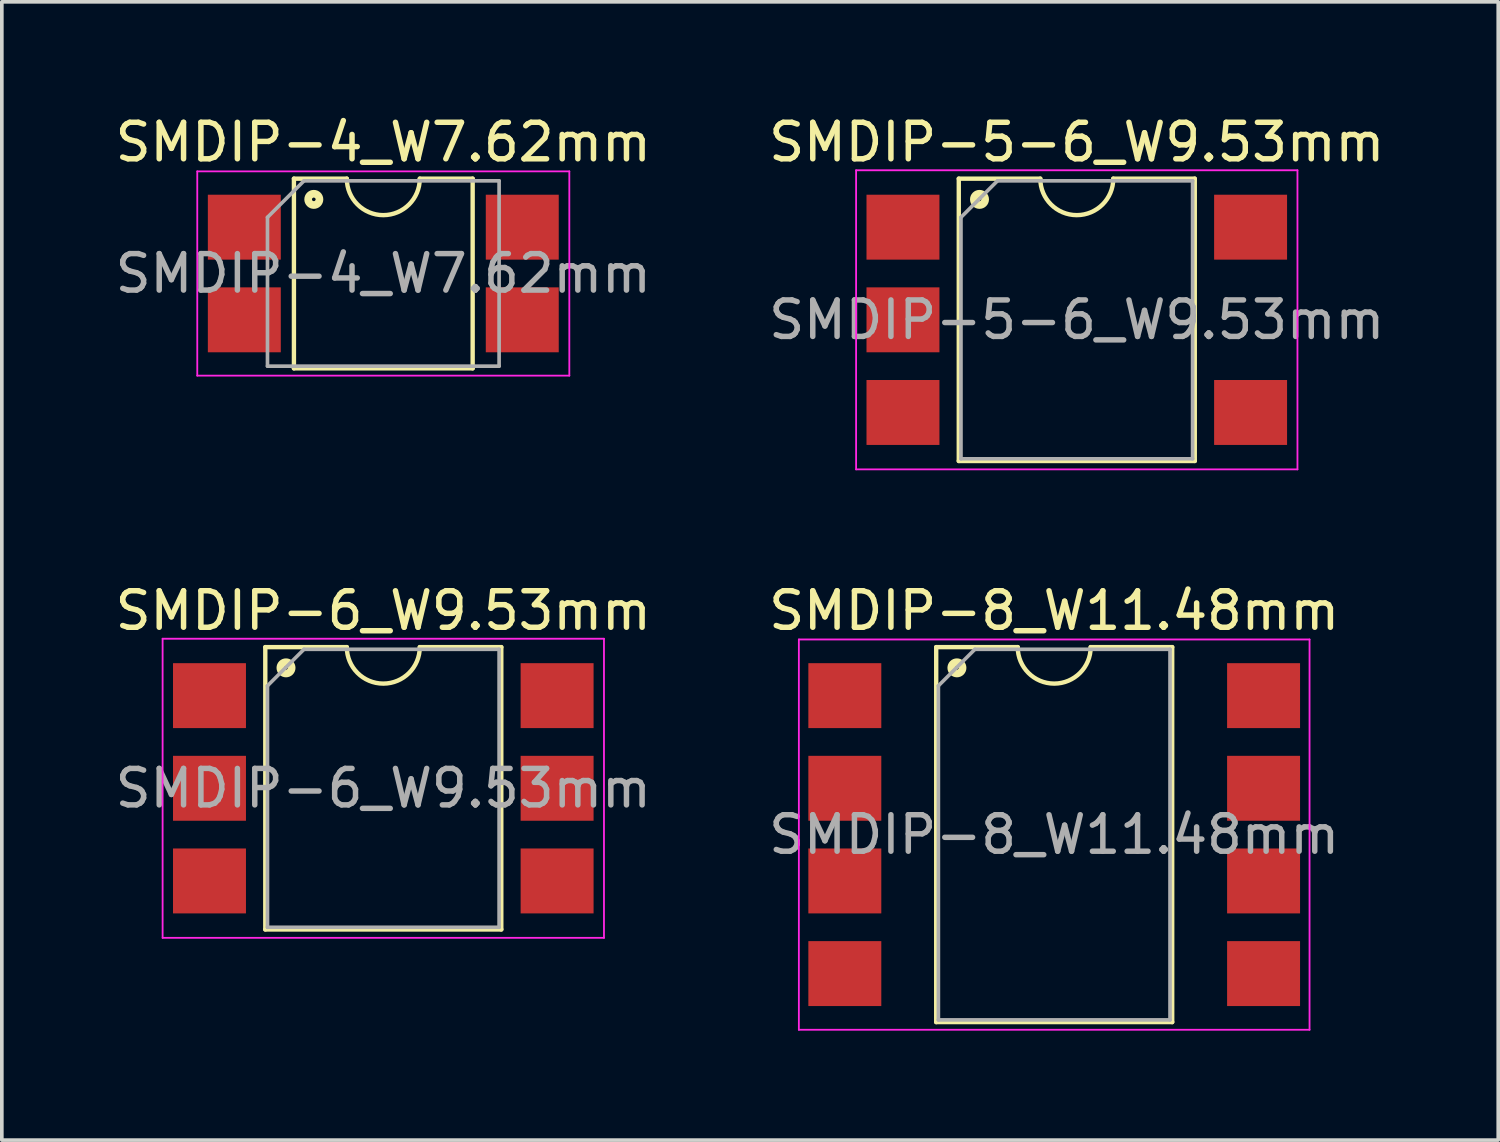
<source format=kicad_pcb>
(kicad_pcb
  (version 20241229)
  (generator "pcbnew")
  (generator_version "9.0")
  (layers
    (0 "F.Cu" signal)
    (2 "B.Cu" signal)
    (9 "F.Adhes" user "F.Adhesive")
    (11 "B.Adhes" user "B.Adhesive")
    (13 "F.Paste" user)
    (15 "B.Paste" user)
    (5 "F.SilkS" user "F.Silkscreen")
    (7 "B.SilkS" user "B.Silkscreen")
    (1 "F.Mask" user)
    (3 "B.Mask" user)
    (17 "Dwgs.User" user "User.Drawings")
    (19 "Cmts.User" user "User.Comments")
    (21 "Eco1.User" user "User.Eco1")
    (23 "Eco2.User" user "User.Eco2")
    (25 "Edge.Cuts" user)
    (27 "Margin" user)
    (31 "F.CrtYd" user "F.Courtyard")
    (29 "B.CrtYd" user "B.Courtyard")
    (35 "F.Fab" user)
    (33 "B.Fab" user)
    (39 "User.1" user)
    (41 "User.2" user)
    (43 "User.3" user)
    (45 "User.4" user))
  (footprint "SMDIP-6_W9.53mm"
    (layer "F.Cu")
    (at 7.458 18.561)
    (property "Reference" "SMDIP-6_W9.53mm" (at 0 -4.87 0) (layer "F.SilkS") (effects (font (size 1 1) (thickness 0.15))))
    (attr smd)
    (fp_line (start -3.235 -3.87) (end -3.235 3.87) (stroke (width 0.12) (type solid)) (layer "F.SilkS"))
    (fp_line (start -3.235 3.87) (end 3.235 3.87) (stroke (width 0.12) (type solid)) (layer "F.SilkS"))
    (fp_line (start -1 -3.87) (end -3.235 -3.87) (stroke (width 0.12) (type solid)) (layer "F.SilkS"))
    (fp_line (start 3.235 -3.87) (end 1 -3.87) (stroke (width 0.12) (type solid)) (layer "F.SilkS"))
    (fp_line (start 3.235 3.87) (end 3.235 -3.87) (stroke (width 0.12) (type solid)) (layer "F.SilkS"))
    (fp_arc (start 1 -3.87) (mid 0 -2.87) (end -1 -3.87) (stroke (width 0.12) (type solid)) (layer "F.SilkS"))
    (fp_circle (center -2.667 -3.302) (end -2.617 -3.302) (stroke (width 0.12) (type solid)) (fill no) (layer "F.SilkS"))
    (fp_circle (center -2.667 -3.302) (end -2.542 -3.302) (stroke (width 0.12) (type solid)) (fill no) (layer "F.SilkS"))
    (fp_circle (center -2.667 -3.302) (end -2.467 -3.302) (stroke (width 0.12) (type solid)) (fill no) (layer "F.SilkS"))
    (fp_line (start -6.05 -4.1) (end -6.05 4.1) (stroke (width 0.05) (type solid)) (layer "F.CrtYd"))
    (fp_line (start -6.05 4.1) (end 6.05 4.1) (stroke (width 0.05) (type solid)) (layer "F.CrtYd"))
    (fp_line (start 6.05 -4.1) (end -6.05 -4.1) (stroke (width 0.05) (type solid)) (layer "F.CrtYd"))
    (fp_line (start 6.05 4.1) (end 6.05 -4.1) (stroke (width 0.05) (type solid)) (layer "F.CrtYd"))
    (fp_line (start -3.175 -2.81) (end -2.175 -3.81) (stroke (width 0.1) (type solid)) (layer "F.Fab"))
    (fp_line (start -3.175 3.81) (end -3.175 -2.81) (stroke (width 0.1) (type solid)) (layer "F.Fab"))
    (fp_line (start -2.175 -3.81) (end 3.175 -3.81) (stroke (width 0.1) (type solid)) (layer "F.Fab"))
    (fp_line (start 3.175 -3.81) (end 3.175 3.81) (stroke (width 0.1) (type solid)) (layer "F.Fab"))
    (fp_line (start 3.175 3.81) (end -3.175 3.81) (stroke (width 0.1) (type solid)) (layer "F.Fab"))
    (fp_text user "${REFERENCE}" (at 0 0 0) (layer "F.Fab") (effects (font (size 1 1) (thickness 0.15))))
    (pad "1" smd rect (at -4.765 -2.54) (size 2 1.78) (layers "F.Cu" "F.Mask" "F.Paste"))
    (pad "2" smd rect (at -4.765 0) (size 2 1.78) (layers "F.Cu" "F.Mask" "F.Paste"))
    (pad "3" smd rect (at -4.765 2.54) (size 2 1.78) (layers "F.Cu" "F.Mask" "F.Paste"))
    (pad "4" smd rect (at 4.765 2.54) (size 2 1.78) (layers "F.Cu" "F.Mask" "F.Paste"))
    (pad "5" smd rect (at 4.765 0) (size 2 1.78) (layers "F.Cu" "F.Mask" "F.Paste"))
    (pad "6" smd rect (at 4.765 -2.54) (size 2 1.78) (layers "F.Cu" "F.Mask" "F.Paste")))
  (footprint "SMDIP-5-6_W9.53mm"
    (layer "F.Cu")
    (at 26.47 5.718)
    (property "Reference" "SMDIP-5-6_W9.53mm" (at 0 -4.87 0) (layer "F.SilkS") (effects (font (size 1 1) (thickness 0.15))))
    (attr smd)
    (fp_line (start -3.235 -3.87) (end -3.235 3.87) (stroke (width 0.12) (type solid)) (layer "F.SilkS"))
    (fp_line (start -3.235 3.87) (end 3.235 3.87) (stroke (width 0.12) (type solid)) (layer "F.SilkS"))
    (fp_line (start -1 -3.87) (end -3.235 -3.87) (stroke (width 0.12) (type solid)) (layer "F.SilkS"))
    (fp_line (start 3.235 -3.87) (end 1 -3.87) (stroke (width 0.12) (type solid)) (layer "F.SilkS"))
    (fp_line (start 3.235 3.87) (end 3.235 -3.87) (stroke (width 0.12) (type solid)) (layer "F.SilkS"))
    (fp_arc (start 1 -3.87) (mid 0 -2.87) (end -1 -3.87) (stroke (width 0.12) (type solid)) (layer "F.SilkS"))
    (fp_circle (center -2.667 -3.302) (end -2.617 -3.302) (stroke (width 0.12) (type solid)) (fill no) (layer "F.SilkS"))
    (fp_circle (center -2.667 -3.302) (end -2.542 -3.302) (stroke (width 0.12) (type solid)) (fill no) (layer "F.SilkS"))
    (fp_circle (center -2.667 -3.302) (end -2.467 -3.302) (stroke (width 0.12) (type solid)) (fill no) (layer "F.SilkS"))
    (fp_line (start -6.05 -4.1) (end -6.05 4.1) (stroke (width 0.05) (type solid)) (layer "F.CrtYd"))
    (fp_line (start -6.05 4.1) (end 6.05 4.1) (stroke (width 0.05) (type solid)) (layer "F.CrtYd"))
    (fp_line (start 6.05 -4.1) (end -6.05 -4.1) (stroke (width 0.05) (type solid)) (layer "F.CrtYd"))
    (fp_line (start 6.05 4.1) (end 6.05 -4.1) (stroke (width 0.05) (type solid)) (layer "F.CrtYd"))
    (fp_line (start -3.175 -2.81) (end -2.175 -3.81) (stroke (width 0.1) (type solid)) (layer "F.Fab"))
    (fp_line (start -3.175 3.81) (end -3.175 -2.81) (stroke (width 0.1) (type solid)) (layer "F.Fab"))
    (fp_line (start -2.175 -3.81) (end 3.175 -3.81) (stroke (width 0.1) (type solid)) (layer "F.Fab"))
    (fp_line (start 3.175 -3.81) (end 3.175 3.81) (stroke (width 0.1) (type solid)) (layer "F.Fab"))
    (fp_line (start 3.175 3.81) (end -3.175 3.81) (stroke (width 0.1) (type solid)) (layer "F.Fab"))
    (fp_text user "${REFERENCE}" (at 0 0 0) (layer "F.Fab") (effects (font (size 1 1) (thickness 0.15))))
    (pad "1" smd rect (at -4.765 -2.54) (size 2 1.78) (layers "F.Cu" "F.Mask" "F.Paste"))
    (pad "2" smd rect (at -4.765 0) (size 2 1.78) (layers "F.Cu" "F.Mask" "F.Paste"))
    (pad "3" smd rect (at -4.765 2.54) (size 2 1.78) (layers "F.Cu" "F.Mask" "F.Paste"))
    (pad "4" smd rect (at 4.765 2.54) (size 2 1.78) (layers "F.Cu" "F.Mask" "F.Paste"))
    (pad "6" smd rect (at 4.765 -2.54) (size 2 1.78) (layers "F.Cu" "F.Mask" "F.Paste")))
  (footprint "SMDIP-4_W7.62mm"
    (layer "F.Cu")
    (at 7.458 4.448)
    (property "Reference" "SMDIP-4_W7.62mm" (at 0 -3.6 0) (layer "F.SilkS") (effects (font (size 1 1) (thickness 0.15))))
    (attr smd)
    (fp_line (start -2.45 -2.6) (end -2.45 2.6) (stroke (width 0.12) (type solid)) (layer "F.SilkS"))
    (fp_line (start -2.45 2.6) (end 2.45 2.6) (stroke (width 0.12) (type solid)) (layer "F.SilkS"))
    (fp_line (start -1 -2.6) (end -2.45 -2.6) (stroke (width 0.12) (type solid)) (layer "F.SilkS"))
    (fp_line (start 2.45 -2.6) (end 1 -2.6) (stroke (width 0.12) (type solid)) (layer "F.SilkS"))
    (fp_line (start 2.45 2.6) (end 2.45 -2.6) (stroke (width 0.12) (type solid)) (layer "F.SilkS"))
    (fp_arc (start 1 -2.6) (mid 0 -1.6) (end -1 -2.6) (stroke (width 0.12) (type solid)) (layer "F.SilkS"))
    (fp_circle (center -1.905 -2.032) (end -1.855 -2.032) (stroke (width 0.12) (type solid)) (fill no) (layer "F.SilkS"))
    (fp_circle (center -1.905 -2.032) (end -1.78 -2.032) (stroke (width 0.12) (type solid)) (fill no) (layer "F.SilkS"))
    (fp_circle (center -1.905 -2.032) (end -1.705 -2.032) (stroke (width 0.12) (type solid)) (fill no) (layer "F.SilkS"))
    (fp_line (start -5.1 -2.8) (end -5.1 2.8) (stroke (width 0.05) (type solid)) (layer "F.CrtYd"))
    (fp_line (start -5.1 2.8) (end 5.1 2.8) (stroke (width 0.05) (type solid)) (layer "F.CrtYd"))
    (fp_line (start 5.1 -2.8) (end -5.1 -2.8) (stroke (width 0.05) (type solid)) (layer "F.CrtYd"))
    (fp_line (start 5.1 2.8) (end 5.1 -2.8) (stroke (width 0.05) (type solid)) (layer "F.CrtYd"))
    (fp_line (start -3.175 -1.54) (end -2.175 -2.54) (stroke (width 0.1) (type solid)) (layer "F.Fab"))
    (fp_line (start -3.175 2.54) (end -3.175 -1.54) (stroke (width 0.1) (type solid)) (layer "F.Fab"))
    (fp_line (start -2.175 -2.54) (end 3.175 -2.54) (stroke (width 0.1) (type solid)) (layer "F.Fab"))
    (fp_line (start 3.175 -2.54) (end 3.175 2.54) (stroke (width 0.1) (type solid)) (layer "F.Fab"))
    (fp_line (start 3.175 2.54) (end -3.175 2.54) (stroke (width 0.1) (type solid)) (layer "F.Fab"))
    (fp_text user "${REFERENCE}" (at 0 0 0) (layer "F.Fab") (effects (font (size 1 1) (thickness 0.15))))
    (pad "1" smd rect (at -3.81 -1.27) (size 2 1.78) (layers "F.Cu" "F.Mask" "F.Paste"))
    (pad "2" smd rect (at -3.81 1.27) (size 2 1.78) (layers "F.Cu" "F.Mask" "F.Paste"))
    (pad "3" smd rect (at 3.81 1.27) (size 2 1.78) (layers "F.Cu" "F.Mask" "F.Paste"))
    (pad "4" smd rect (at 3.81 -1.27) (size 2 1.78) (layers "F.Cu" "F.Mask" "F.Paste")))
  (footprint "SMDIP-8_W11.48mm"
    (layer "F.Cu")
    (at 25.851 19.831)
    (property "Reference" "SMDIP-8_W11.48mm" (at 0 -6.14 0) (layer "F.SilkS") (effects (font (size 1 1) (thickness 0.15))))
    (attr smd)
    (fp_line (start -3.235 -5.14) (end -3.235 5.14) (stroke (width 0.12) (type solid)) (layer "F.SilkS"))
    (fp_line (start -3.235 5.14) (end 3.235 5.14) (stroke (width 0.12) (type solid)) (layer "F.SilkS"))
    (fp_line (start -1 -5.14) (end -3.235 -5.14) (stroke (width 0.12) (type solid)) (layer "F.SilkS"))
    (fp_line (start 3.235 -5.14) (end 1 -5.14) (stroke (width 0.12) (type solid)) (layer "F.SilkS"))
    (fp_line (start 3.235 5.14) (end 3.235 -5.14) (stroke (width 0.12) (type solid)) (layer "F.SilkS"))
    (fp_arc (start 1 -5.14) (mid 0 -4.14) (end -1 -5.14) (stroke (width 0.12) (type solid)) (layer "F.SilkS"))
    (fp_circle (center -2.667 -4.572) (end -2.617 -4.572) (stroke (width 0.12) (type solid)) (fill no) (layer "F.SilkS"))
    (fp_circle (center -2.667 -4.572) (end -2.542 -4.572) (stroke (width 0.12) (type solid)) (fill no) (layer "F.SilkS"))
    (fp_circle (center -2.667 -4.572) (end -2.467 -4.572) (stroke (width 0.12) (type solid)) (fill no) (layer "F.SilkS"))
    (fp_line (start -7 -5.35) (end -7 5.35) (stroke (width 0.05) (type solid)) (layer "F.CrtYd"))
    (fp_line (start -7 5.35) (end 7 5.35) (stroke (width 0.05) (type solid)) (layer "F.CrtYd"))
    (fp_line (start 7 -5.35) (end -7 -5.35) (stroke (width 0.05) (type solid)) (layer "F.CrtYd"))
    (fp_line (start 7 5.35) (end 7 -5.35) (stroke (width 0.05) (type solid)) (layer "F.CrtYd"))
    (fp_line (start -3.175 -4.08) (end -2.175 -5.08) (stroke (width 0.1) (type solid)) (layer "F.Fab"))
    (fp_line (start -3.175 5.08) (end -3.175 -4.08) (stroke (width 0.1) (type solid)) (layer "F.Fab"))
    (fp_line (start -2.175 -5.08) (end 3.175 -5.08) (stroke (width 0.1) (type solid)) (layer "F.Fab"))
    (fp_line (start 3.175 -5.08) (end 3.175 5.08) (stroke (width 0.1) (type solid)) (layer "F.Fab"))
    (fp_line (start 3.175 5.08) (end -3.175 5.08) (stroke (width 0.1) (type solid)) (layer "F.Fab"))
    (fp_text user "${REFERENCE}" (at 0 0 0) (layer "F.Fab") (effects (font (size 1 1) (thickness 0.15))))
    (pad "1" smd rect (at -5.74 -3.81) (size 2 1.78) (layers "F.Cu" "F.Mask" "F.Paste"))
    (pad "2" smd rect (at -5.74 -1.27) (size 2 1.78) (layers "F.Cu" "F.Mask" "F.Paste"))
    (pad "3" smd rect (at -5.74 1.27) (size 2 1.78) (layers "F.Cu" "F.Mask" "F.Paste"))
    (pad "4" smd rect (at -5.74 3.81) (size 2 1.78) (layers "F.Cu" "F.Mask" "F.Paste"))
    (pad "5" smd rect (at 5.74 3.81) (size 2 1.78) (layers "F.Cu" "F.Mask" "F.Paste"))
    (pad "6" smd rect (at 5.74 1.27) (size 2 1.78) (layers "F.Cu" "F.Mask" "F.Paste"))
    (pad "7" smd rect (at 5.74 -1.27) (size 2 1.78) (layers "F.Cu" "F.Mask" "F.Paste"))
    (pad "8" smd rect (at 5.74 -3.81) (size 2 1.78) (layers "F.Cu" "F.Mask" "F.Paste")))
  (gr_rect
    (start -3 -3)
    (end 38.024 28.206)
    (stroke (width 0.1) (type default))
    (fill no)
    (layer "Edge.Cuts")))
</source>
